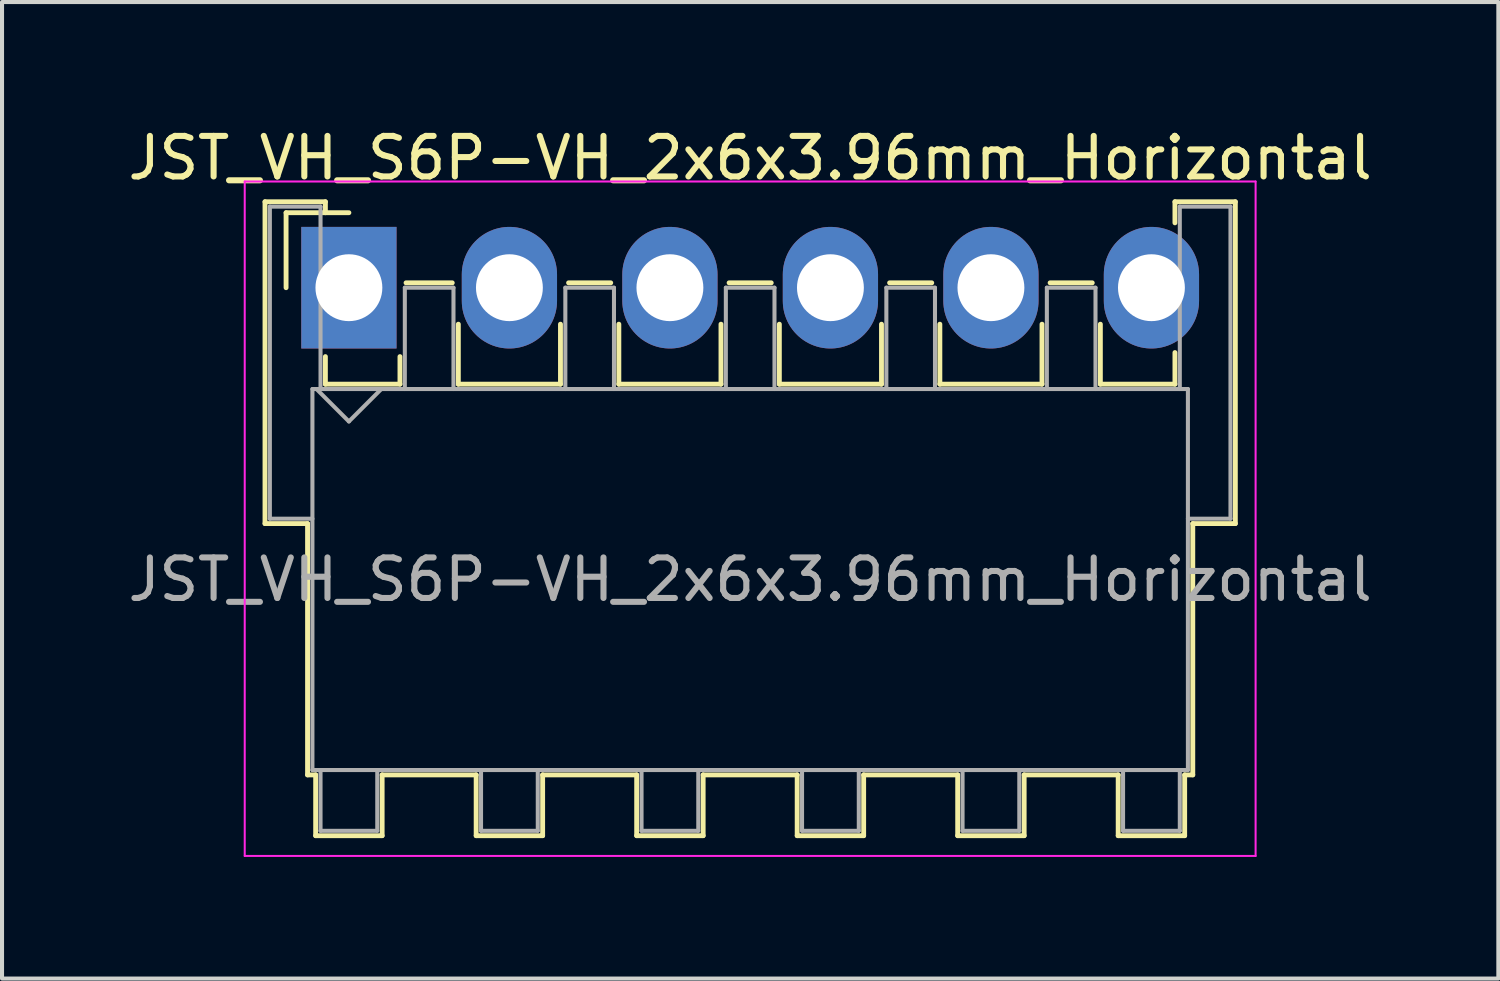
<source format=kicad_pcb>
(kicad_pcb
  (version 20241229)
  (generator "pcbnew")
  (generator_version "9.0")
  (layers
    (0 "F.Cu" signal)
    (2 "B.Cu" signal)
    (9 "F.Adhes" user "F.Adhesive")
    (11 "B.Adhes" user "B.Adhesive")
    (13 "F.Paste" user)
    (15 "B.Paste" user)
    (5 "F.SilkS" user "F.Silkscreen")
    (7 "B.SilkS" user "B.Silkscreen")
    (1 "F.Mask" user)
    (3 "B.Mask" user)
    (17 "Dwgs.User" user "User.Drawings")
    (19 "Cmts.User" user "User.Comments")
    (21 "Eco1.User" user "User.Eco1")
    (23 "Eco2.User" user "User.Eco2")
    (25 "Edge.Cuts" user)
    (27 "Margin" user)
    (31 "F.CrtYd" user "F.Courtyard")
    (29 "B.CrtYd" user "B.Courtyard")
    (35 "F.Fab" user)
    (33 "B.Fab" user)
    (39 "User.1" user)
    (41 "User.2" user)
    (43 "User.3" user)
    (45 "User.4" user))
  (footprint "JST_VH_S6P-VH_2x6x3.96mm_Horizontal"
    (layer "F.Cu")
    (at 5.558 4.048)
    (property "Reference" "JST_VH_S6P-VH_2x6x3.96mm_Horizontal" (at 9.9 -3.2 0) (layer "F.SilkS") (effects (font (size 1 1) (thickness 0.15))))
    (attr through_hole)
    (fp_line (start -2.07 -2.12) (end -0.58 -2.12) (stroke (width 0.12) (type solid)) (layer "F.SilkS"))
    (fp_line (start -2.07 5.82) (end -2.07 -2.12) (stroke (width 0.12) (type solid)) (layer "F.SilkS"))
    (fp_line (start -1.55 -1.85) (end -1.55 0) (stroke (width 0.12) (type solid)) (layer "F.SilkS"))
    (fp_line (start -1.02 5.82) (end -2.07 5.82) (stroke (width 0.12) (type solid)) (layer "F.SilkS"))
    (fp_line (start -1.02 5.82) (end -1.02 12.02) (stroke (width 0.12) (type solid)) (layer "F.SilkS"))
    (fp_line (start -1.02 12.02) (end -0.82 12.02) (stroke (width 0.12) (type solid)) (layer "F.SilkS"))
    (fp_line (start -0.82 12.02) (end -0.82 13.52) (stroke (width 0.12) (type solid)) (layer "F.SilkS"))
    (fp_line (start -0.82 13.52) (end 0.82 13.52) (stroke (width 0.12) (type solid)) (layer "F.SilkS"))
    (fp_line (start -0.58 -2.12) (end -0.58 -1.85) (stroke (width 0.12) (type solid)) (layer "F.SilkS"))
    (fp_line (start -0.58 1.7) (end -0.58 2.38) (stroke (width 0.12) (type solid)) (layer "F.SilkS"))
    (fp_line (start -0.58 2.38) (end 1.26 2.38) (stroke (width 0.12) (type solid)) (layer "F.SilkS"))
    (fp_line (start 0 -1.85) (end -1.55 -1.85) (stroke (width 0.12) (type solid)) (layer "F.SilkS"))
    (fp_line (start 0.82 12.02) (end 3.14 12.02) (stroke (width 0.12) (type solid)) (layer "F.SilkS"))
    (fp_line (start 0.82 13.52) (end 0.82 12.02) (stroke (width 0.12) (type solid)) (layer "F.SilkS"))
    (fp_line (start 1.26 2.38) (end 1.26 1.7) (stroke (width 0.12) (type solid)) (layer "F.SilkS"))
    (fp_line (start 1.41 -0.12) (end 2.55 -0.12) (stroke (width 0.12) (type solid)) (layer "F.SilkS"))
    (fp_line (start 2.7 0.9) (end 2.7 2.38) (stroke (width 0.12) (type solid)) (layer "F.SilkS"))
    (fp_line (start 2.7 2.38) (end 5.22 2.38) (stroke (width 0.12) (type solid)) (layer "F.SilkS"))
    (fp_line (start 3.14 12.02) (end 3.14 13.52) (stroke (width 0.12) (type solid)) (layer "F.SilkS"))
    (fp_line (start 3.14 13.52) (end 4.78 13.52) (stroke (width 0.12) (type solid)) (layer "F.SilkS"))
    (fp_line (start 4.78 12.02) (end 7.1 12.02) (stroke (width 0.12) (type solid)) (layer "F.SilkS"))
    (fp_line (start 4.78 13.52) (end 4.78 12.02) (stroke (width 0.12) (type solid)) (layer "F.SilkS"))
    (fp_line (start 5.22 2.38) (end 5.22 0.9) (stroke (width 0.12) (type solid)) (layer "F.SilkS"))
    (fp_line (start 5.42 -0.12) (end 6.46 -0.12) (stroke (width 0.12) (type solid)) (layer "F.SilkS"))
    (fp_line (start 6.66 0.9) (end 6.66 2.38) (stroke (width 0.12) (type solid)) (layer "F.SilkS"))
    (fp_line (start 6.66 2.38) (end 9.18 2.38) (stroke (width 0.12) (type solid)) (layer "F.SilkS"))
    (fp_line (start 7.1 12.02) (end 7.1 13.52) (stroke (width 0.12) (type solid)) (layer "F.SilkS"))
    (fp_line (start 7.1 13.52) (end 8.74 13.52) (stroke (width 0.12) (type solid)) (layer "F.SilkS"))
    (fp_line (start 8.74 12.02) (end 11.06 12.02) (stroke (width 0.12) (type solid)) (layer "F.SilkS"))
    (fp_line (start 8.74 13.52) (end 8.74 12.02) (stroke (width 0.12) (type solid)) (layer "F.SilkS"))
    (fp_line (start 9.18 2.38) (end 9.18 0.9) (stroke (width 0.12) (type solid)) (layer "F.SilkS"))
    (fp_line (start 9.38 -0.12) (end 10.42 -0.12) (stroke (width 0.12) (type solid)) (layer "F.SilkS"))
    (fp_line (start 10.62 0.9) (end 10.62 2.38) (stroke (width 0.12) (type solid)) (layer "F.SilkS"))
    (fp_line (start 10.62 2.38) (end 13.14 2.38) (stroke (width 0.12) (type solid)) (layer "F.SilkS"))
    (fp_line (start 11.06 12.02) (end 11.06 13.52) (stroke (width 0.12) (type solid)) (layer "F.SilkS"))
    (fp_line (start 11.06 13.52) (end 12.7 13.52) (stroke (width 0.12) (type solid)) (layer "F.SilkS"))
    (fp_line (start 12.7 12.02) (end 15.02 12.02) (stroke (width 0.12) (type solid)) (layer "F.SilkS"))
    (fp_line (start 12.7 13.52) (end 12.7 12.02) (stroke (width 0.12) (type solid)) (layer "F.SilkS"))
    (fp_line (start 13.14 2.38) (end 13.14 0.9) (stroke (width 0.12) (type solid)) (layer "F.SilkS"))
    (fp_line (start 13.34 -0.12) (end 14.38 -0.12) (stroke (width 0.12) (type solid)) (layer "F.SilkS"))
    (fp_line (start 14.58 0.9) (end 14.58 2.38) (stroke (width 0.12) (type solid)) (layer "F.SilkS"))
    (fp_line (start 14.58 2.38) (end 17.1 2.38) (stroke (width 0.12) (type solid)) (layer "F.SilkS"))
    (fp_line (start 15.02 12.02) (end 15.02 13.52) (stroke (width 0.12) (type solid)) (layer "F.SilkS"))
    (fp_line (start 15.02 13.52) (end 16.66 13.52) (stroke (width 0.12) (type solid)) (layer "F.SilkS"))
    (fp_line (start 16.66 12.02) (end 18.98 12.02) (stroke (width 0.12) (type solid)) (layer "F.SilkS"))
    (fp_line (start 16.66 13.52) (end 16.66 12.02) (stroke (width 0.12) (type solid)) (layer "F.SilkS"))
    (fp_line (start 17.1 2.38) (end 17.1 0.9) (stroke (width 0.12) (type solid)) (layer "F.SilkS"))
    (fp_line (start 17.3 -0.12) (end 18.34 -0.12) (stroke (width 0.12) (type solid)) (layer "F.SilkS"))
    (fp_line (start 18.54 0.9) (end 18.54 2.38) (stroke (width 0.12) (type solid)) (layer "F.SilkS"))
    (fp_line (start 18.54 2.38) (end 20.38 2.38) (stroke (width 0.12) (type solid)) (layer "F.SilkS"))
    (fp_line (start 18.98 12.02) (end 18.98 13.52) (stroke (width 0.12) (type solid)) (layer "F.SilkS"))
    (fp_line (start 18.98 13.52) (end 20.62 13.52) (stroke (width 0.12) (type solid)) (layer "F.SilkS"))
    (fp_line (start 20.38 -2.12) (end 21.87 -2.12) (stroke (width 0.12) (type solid)) (layer "F.SilkS"))
    (fp_line (start 20.38 -1.6) (end 20.38 -2.12) (stroke (width 0.12) (type solid)) (layer "F.SilkS"))
    (fp_line (start 20.38 2.38) (end 20.38 1.6) (stroke (width 0.12) (type solid)) (layer "F.SilkS"))
    (fp_line (start 20.62 12.02) (end 20.82 12.02) (stroke (width 0.12) (type solid)) (layer "F.SilkS"))
    (fp_line (start 20.62 13.52) (end 20.62 12.02) (stroke (width 0.12) (type solid)) (layer "F.SilkS"))
    (fp_line (start 20.82 12.02) (end 20.82 5.82) (stroke (width 0.12) (type solid)) (layer "F.SilkS"))
    (fp_line (start 21.87 -2.12) (end 21.87 5.82) (stroke (width 0.12) (type solid)) (layer "F.SilkS"))
    (fp_line (start 21.87 5.82) (end 20.82 5.82) (stroke (width 0.12) (type solid)) (layer "F.SilkS"))
    (fp_line (start -2.57 -2.62) (end -2.57 14.02) (stroke (width 0.05) (type solid)) (layer "F.CrtYd"))
    (fp_line (start -2.57 14.02) (end 22.37 14.02) (stroke (width 0.05) (type solid)) (layer "F.CrtYd"))
    (fp_line (start 22.37 -2.62) (end -2.57 -2.62) (stroke (width 0.05) (type solid)) (layer "F.CrtYd"))
    (fp_line (start 22.37 14.02) (end 22.37 -2.62) (stroke (width 0.05) (type solid)) (layer "F.CrtYd"))
    (fp_line (start -1.95 -2) (end -0.7 -2) (stroke (width 0.1) (type solid)) (layer "F.Fab"))
    (fp_line (start -1.95 5.7) (end -1.95 -2) (stroke (width 0.1) (type solid)) (layer "F.Fab"))
    (fp_line (start -0.9 2.5) (end -0.9 11.9) (stroke (width 0.1) (type solid)) (layer "F.Fab"))
    (fp_line (start -0.9 5.7) (end -1.95 5.7) (stroke (width 0.1) (type solid)) (layer "F.Fab"))
    (fp_line (start -0.9 11.9) (end 20.7 11.9) (stroke (width 0.1) (type solid)) (layer "F.Fab"))
    (fp_line (start -0.8 2.5) (end 0 3.3) (stroke (width 0.1) (type solid)) (layer "F.Fab"))
    (fp_line (start -0.7 -2) (end -0.7 2.5) (stroke (width 0.1) (type solid)) (layer "F.Fab"))
    (fp_line (start -0.7 11.9) (end -0.7 13.4) (stroke (width 0.1) (type solid)) (layer "F.Fab"))
    (fp_line (start -0.7 13.4) (end 0.7 13.4) (stroke (width 0.1) (type solid)) (layer "F.Fab"))
    (fp_line (start 0 3.3) (end 0.8 2.5) (stroke (width 0.1) (type solid)) (layer "F.Fab"))
    (fp_line (start 0.7 13.4) (end 0.7 11.9) (stroke (width 0.1) (type solid)) (layer "F.Fab"))
    (fp_line (start 1.38 0) (end 2.58 0) (stroke (width 0.1) (type solid)) (layer "F.Fab"))
    (fp_line (start 1.38 2.5) (end 1.38 0) (stroke (width 0.1) (type solid)) (layer "F.Fab"))
    (fp_line (start 2.58 0) (end 2.58 2.5) (stroke (width 0.1) (type solid)) (layer "F.Fab"))
    (fp_line (start 3.26 11.9) (end 3.26 13.4) (stroke (width 0.1) (type solid)) (layer "F.Fab"))
    (fp_line (start 3.26 13.4) (end 4.66 13.4) (stroke (width 0.1) (type solid)) (layer "F.Fab"))
    (fp_line (start 4.66 13.4) (end 4.66 11.9) (stroke (width 0.1) (type solid)) (layer "F.Fab"))
    (fp_line (start 5.34 0) (end 6.54 0) (stroke (width 0.1) (type solid)) (layer "F.Fab"))
    (fp_line (start 5.34 2.5) (end 5.34 0) (stroke (width 0.1) (type solid)) (layer "F.Fab"))
    (fp_line (start 6.54 0) (end 6.54 2.5) (stroke (width 0.1) (type solid)) (layer "F.Fab"))
    (fp_line (start 7.22 11.9) (end 7.22 13.4) (stroke (width 0.1) (type solid)) (layer "F.Fab"))
    (fp_line (start 7.22 13.4) (end 8.62 13.4) (stroke (width 0.1) (type solid)) (layer "F.Fab"))
    (fp_line (start 8.62 13.4) (end 8.62 11.9) (stroke (width 0.1) (type solid)) (layer "F.Fab"))
    (fp_line (start 9.3 0) (end 10.5 0) (stroke (width 0.1) (type solid)) (layer "F.Fab"))
    (fp_line (start 9.3 2.5) (end 9.3 0) (stroke (width 0.1) (type solid)) (layer "F.Fab"))
    (fp_line (start 10.5 0) (end 10.5 2.5) (stroke (width 0.1) (type solid)) (layer "F.Fab"))
    (fp_line (start 11.18 11.9) (end 11.18 13.4) (stroke (width 0.1) (type solid)) (layer "F.Fab"))
    (fp_line (start 11.18 13.4) (end 12.58 13.4) (stroke (width 0.1) (type solid)) (layer "F.Fab"))
    (fp_line (start 12.58 13.4) (end 12.58 11.9) (stroke (width 0.1) (type solid)) (layer "F.Fab"))
    (fp_line (start 13.26 0) (end 14.46 0) (stroke (width 0.1) (type solid)) (layer "F.Fab"))
    (fp_line (start 13.26 2.5) (end 13.26 0) (stroke (width 0.1) (type solid)) (layer "F.Fab"))
    (fp_line (start 14.46 0) (end 14.46 2.5) (stroke (width 0.1) (type solid)) (layer "F.Fab"))
    (fp_line (start 15.14 11.9) (end 15.14 13.4) (stroke (width 0.1) (type solid)) (layer "F.Fab"))
    (fp_line (start 15.14 13.4) (end 16.54 13.4) (stroke (width 0.1) (type solid)) (layer "F.Fab"))
    (fp_line (start 16.54 13.4) (end 16.54 11.9) (stroke (width 0.1) (type solid)) (layer "F.Fab"))
    (fp_line (start 17.22 0) (end 18.42 0) (stroke (width 0.1) (type solid)) (layer "F.Fab"))
    (fp_line (start 17.22 2.5) (end 17.22 0) (stroke (width 0.1) (type solid)) (layer "F.Fab"))
    (fp_line (start 18.42 0) (end 18.42 2.5) (stroke (width 0.1) (type solid)) (layer "F.Fab"))
    (fp_line (start 19.1 11.9) (end 19.1 13.4) (stroke (width 0.1) (type solid)) (layer "F.Fab"))
    (fp_line (start 19.1 13.4) (end 20.5 13.4) (stroke (width 0.1) (type solid)) (layer "F.Fab"))
    (fp_line (start 20.5 -2) (end 21.75 -2) (stroke (width 0.1) (type solid)) (layer "F.Fab"))
    (fp_line (start 20.5 2.5) (end 20.5 -2) (stroke (width 0.1) (type solid)) (layer "F.Fab"))
    (fp_line (start 20.5 13.4) (end 20.5 11.9) (stroke (width 0.1) (type solid)) (layer "F.Fab"))
    (fp_line (start 20.7 2.5) (end -0.9 2.5) (stroke (width 0.1) (type solid)) (layer "F.Fab"))
    (fp_line (start 20.7 11.9) (end 20.7 2.5) (stroke (width 0.1) (type solid)) (layer "F.Fab"))
    (fp_line (start 21.75 -2) (end 21.75 5.7) (stroke (width 0.1) (type solid)) (layer "F.Fab"))
    (fp_line (start 21.75 5.7) (end 20.7 5.7) (stroke (width 0.1) (type solid)) (layer "F.Fab"))
    (fp_text user "${REFERENCE}" (at 9.9 7.2 0) (layer "F.Fab") (effects (font (size 1 1) (thickness 0.15))))
    (pad "1" thru_hole rect (at 0 0) (size 2.35 3) (drill 1.65) (layers "*.Cu" "*.Mask"))
    (pad "2" thru_hole oval (at 3.96 0) (size 2.35 3) (drill 1.65) (layers "*.Cu" "*.Mask"))
    (pad "3" thru_hole oval (at 7.92 0) (size 2.35 3) (drill 1.65) (layers "*.Cu" "*.Mask"))
    (pad "4" thru_hole oval (at 11.88 0) (size 2.35 3) (drill 1.65) (layers "*.Cu" "*.Mask"))
    (pad "5" thru_hole oval (at 15.84 0) (size 2.35 3) (drill 1.65) (layers "*.Cu" "*.Mask"))
    (pad "6" thru_hole oval (at 19.8 0) (size 2.35 3) (drill 1.65) (layers "*.Cu" "*.Mask")))
  (gr_rect
    (start -3 -3)
    (end 33.917 21.093)
    (stroke (width 0.1) (type default))
    (fill no)
    (layer "Edge.Cuts")))
</source>
